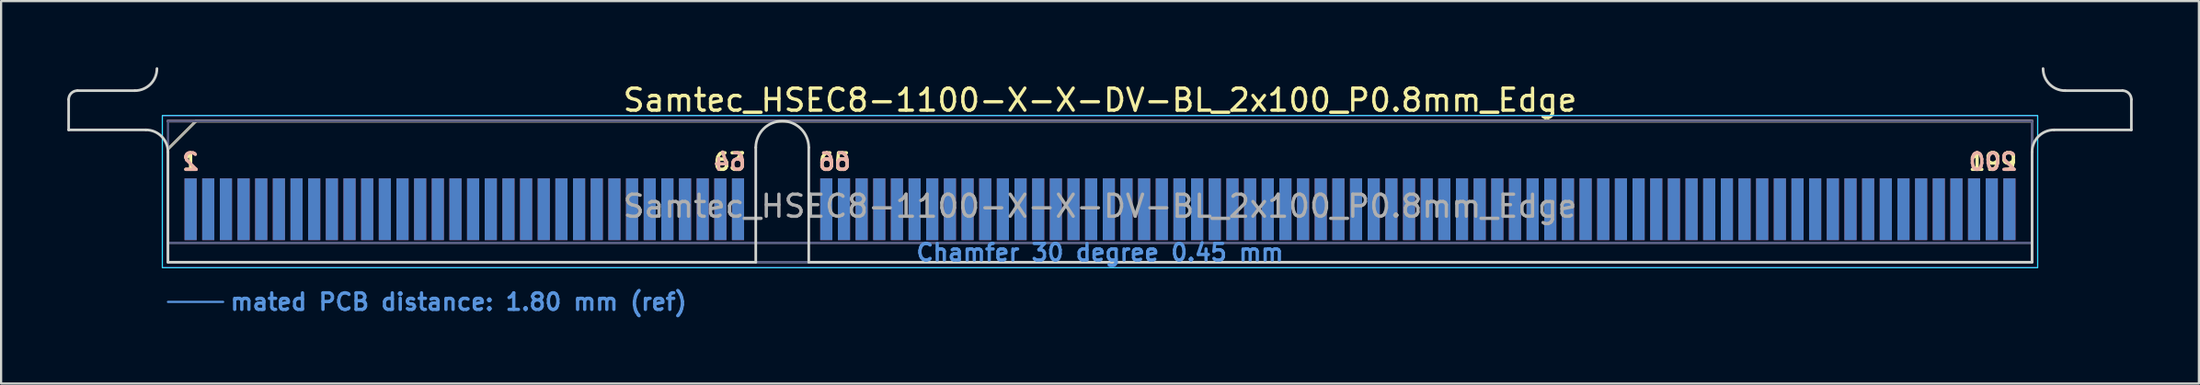
<source format=kicad_pcb>
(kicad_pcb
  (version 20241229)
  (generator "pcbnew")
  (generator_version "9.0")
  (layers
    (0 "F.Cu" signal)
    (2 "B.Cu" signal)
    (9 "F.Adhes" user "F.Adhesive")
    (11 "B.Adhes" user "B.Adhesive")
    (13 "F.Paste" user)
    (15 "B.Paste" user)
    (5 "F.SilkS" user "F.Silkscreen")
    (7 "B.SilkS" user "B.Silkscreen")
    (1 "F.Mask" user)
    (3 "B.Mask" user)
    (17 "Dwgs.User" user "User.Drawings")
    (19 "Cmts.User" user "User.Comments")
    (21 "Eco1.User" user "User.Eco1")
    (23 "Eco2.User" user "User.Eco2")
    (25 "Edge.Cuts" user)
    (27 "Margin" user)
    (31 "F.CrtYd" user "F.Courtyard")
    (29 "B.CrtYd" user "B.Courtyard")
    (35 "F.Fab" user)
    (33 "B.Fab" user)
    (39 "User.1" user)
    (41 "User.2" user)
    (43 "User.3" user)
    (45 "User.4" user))
  (footprint "Samtec_HSEC8-1100-X-X-DV-BL_2x100_P0.8mm_Edge"
    (layer "F.Cu")
    (at 46.785 8.84)
    (property "Reference" "Samtec_HSEC8-1100-X-X-DV-BL_2x100_P0.8mm_Edge" (at 0 -7.35 0) (layer "F.SilkS") (effects (font (size 1 1) (thickness 0.15))))
    (attr exclude_from_pos_files exclude_from_bom)
    (fp_line (start -42.225 -5.13) (end -40.955 -6.4) (stroke (width 0.12) (type solid)) (layer "F.SilkS"))
    (fp_line (start -40.955 -6.4) (end 42.225 -6.4) (stroke (width 0.12) (type solid)) (layer "F.SilkS"))
    (fp_line (start -42.225 -6.4) (end -42.225 -6.4) (stroke (width 0.12) (type solid)) (layer "B.SilkS"))
    (fp_line (start -42.225 -6.4) (end 42.225 -6.4) (stroke (width 0.12) (type solid)) (layer "B.SilkS"))
    (fp_line (start -42.225 1.8) (end -39.725 1.8) (stroke (width 0.1) (type solid)) (layer "Cmts.User"))
    (fp_line (start -46.725 -6) (end -46.725 -7.38) (stroke (width 0.12) (type solid)) (layer "Edge.Cuts"))
    (fp_line (start -46.325 -7.78) (end -43.725 -7.78) (stroke (width 0.12) (type solid)) (layer "Edge.Cuts"))
    (fp_line (start -43.225 -6) (end -46.725 -6) (stroke (width 0.12) (type solid)) (layer "Edge.Cuts"))
    (fp_line (start -42.225 -5) (end -42.225 0) (stroke (width 0.12) (type solid)) (layer "Edge.Cuts"))
    (fp_line (start -42.225 0) (end -15.595 0) (stroke (width 0.12) (type solid)) (layer "Edge.Cuts"))
    (fp_line (start -15.595 0) (end -15.595 -5.2) (stroke (width 0.12) (type solid)) (layer "Edge.Cuts"))
    (fp_line (start -13.195 -5.2) (end -13.195 0) (stroke (width 0.12) (type solid)) (layer "Edge.Cuts"))
    (fp_line (start -13.195 0) (end 42.225 0) (stroke (width 0.12) (type solid)) (layer "Edge.Cuts"))
    (fp_line (start 42.225 0) (end 42.225 -5) (stroke (width 0.12) (type solid)) (layer "Edge.Cuts"))
    (fp_line (start 43.225 -6) (end 46.725 -6) (stroke (width 0.12) (type solid)) (layer "Edge.Cuts"))
    (fp_line (start 46.325 -7.78) (end 43.725 -7.78) (stroke (width 0.12) (type solid)) (layer "Edge.Cuts"))
    (fp_line (start 46.725 -6) (end 46.725 -7.38) (stroke (width 0.12) (type solid)) (layer "Edge.Cuts"))
    (fp_arc (start -46.725 -7.38) (mid -46.607843 -7.662843) (end -46.325 -7.78) (stroke (width 0.12) (type solid)) (layer "Edge.Cuts"))
    (fp_arc (start -43.225 -6) (mid -42.517893 -5.707107) (end -42.225 -5) (stroke (width 0.12) (type solid)) (layer "Edge.Cuts"))
    (fp_arc (start -42.725 -8.78) (mid -43.017893 -8.072893) (end -43.725 -7.78) (stroke (width 0.12) (type solid)) (layer "Edge.Cuts"))
    (fp_arc (start -15.595 -5.2) (mid -14.395 -6.4) (end -13.195 -5.2) (stroke (width 0.12) (type solid)) (layer "Edge.Cuts"))
    (fp_arc (start 42.225 -5) (mid 42.517893 -5.707107) (end 43.225 -6) (stroke (width 0.12) (type solid)) (layer "Edge.Cuts"))
    (fp_arc (start 43.725 -7.78) (mid 43.017893 -8.072893) (end 42.725 -8.78) (stroke (width 0.12) (type solid)) (layer "Edge.Cuts"))
    (fp_arc (start 46.325 -7.78) (mid 46.607843 -7.662843) (end 46.725 -7.38) (stroke (width 0.12) (type solid)) (layer "Edge.Cuts"))
    (fp_rect (start -42.48 -6.65) (end 42.48 0.25) (stroke (width 0.05) (type solid)) (fill no) (layer "B.CrtYd"))
    (fp_rect (start -42.48 -6.65) (end 42.48 0.25) (stroke (width 0.05) (type solid)) (fill no) (layer "F.CrtYd"))
    (fp_line (start -42.225 -6.4) (end -42.225 -6.4) (stroke (width 0.1) (type solid)) (layer "B.Fab"))
    (fp_line (start -42.225 -6.4) (end -42.225 0) (stroke (width 0.1) (type solid)) (layer "B.Fab"))
    (fp_line (start -42.225 -6.4) (end 42.225 -6.4) (stroke (width 0.1) (type solid)) (layer "B.Fab"))
    (fp_line (start -42.225 -0.88) (end 42.225 -0.88) (stroke (width 0.1) (type solid)) (layer "B.Fab"))
    (fp_line (start -42.225 0) (end 42.225 0) (stroke (width 0.1) (type solid)) (layer "B.Fab"))
    (fp_line (start 42.225 -6.4) (end 42.225 0) (stroke (width 0.1) (type solid)) (layer "B.Fab"))
    (fp_line (start -42.225 -5.13) (end -42.225 0) (stroke (width 0.1) (type solid)) (layer "F.Fab"))
    (fp_line (start -42.225 -5.13) (end -40.955 -6.4) (stroke (width 0.1) (type solid)) (layer "F.Fab"))
    (fp_line (start -42.225 -0.88) (end 42.225 -0.88) (stroke (width 0.1) (type solid)) (layer "F.Fab"))
    (fp_line (start -42.225 0) (end 42.225 0) (stroke (width 0.1) (type solid)) (layer "F.Fab"))
    (fp_line (start -40.955 -6.4) (end 42.225 -6.4) (stroke (width 0.1) (type solid)) (layer "F.Fab"))
    (fp_line (start 42.225 -6.4) (end 42.225 0) (stroke (width 0.1) (type solid)) (layer "F.Fab"))
    (fp_text user "199" (at 40.45 -4.55 0) (layer "F.SilkS") (effects (font (size 0.75 0.75) (thickness 0.15))))
    (fp_text user "65" (at -12.025 -4.55 0) (layer "F.SilkS") (effects (font (size 0.75 0.75) (thickness 0.15))))
    (fp_text user "1" (at -41.2 -4.55 0) (layer "F.SilkS") (effects (font (size 0.75 0.75) (thickness 0.15))))
    (fp_text user "63" (at -16.775 -4.55 0) (layer "F.SilkS") (effects (font (size 0.75 0.75) (thickness 0.15))))
    (fp_text user "66" (at -12.025 -4.55 0) (layer "B.SilkS") (effects (font (size 0.75 0.75) (thickness 0.15)) (justify mirror)))
    (fp_text user "64" (at -16.775 -4.55 0) (layer "B.SilkS") (effects (font (size 0.75 0.75) (thickness 0.15)) (justify mirror)))
    (fp_text user "2" (at -41.2 -4.55 0) (layer "B.SilkS") (effects (font (size 0.75 0.75) (thickness 0.15)) (justify mirror)))
    (fp_text user "200" (at 40.45 -4.55 0) (layer "B.SilkS") (effects (font (size 0.75 0.75) (thickness 0.15)) (justify mirror)))
    (fp_text user "Chamfer 30 degree 0.45 mm" (at 0 -0.44 0) (layer "Cmts.User") (effects (font (size 0.75 0.75) (thickness 0.15))))
    (fp_text user "mated PCB distance: 1.80 mm (ref)" (at -39.48 1.8 0) (layer "Cmts.User") (effects (font (size 0.75 0.75) (thickness 0.15)) (justify left)))
    (fp_text user "${REFERENCE}" (at 0 -2.54 0) (layer "F.Fab") (effects (font (size 1 1) (thickness 0.15))))
    (pad "1" connect rect (at -41.2 -2.4) (size 0.55 2.8) (layers "F.Cu" "F.Mask"))
    (pad "2" connect rect (at -41.2 -2.4) (size 0.55 2.8) (layers "B.Cu" "B.Mask"))
    (pad "3" connect rect (at -40.4 -2.4) (size 0.55 2.8) (layers "F.Cu" "F.Mask"))
    (pad "4" connect rect (at -40.4 -2.4) (size 0.55 2.8) (layers "B.Cu" "B.Mask"))
    (pad "5" connect rect (at -39.6 -2.4) (size 0.55 2.8) (layers "F.Cu" "F.Mask"))
    (pad "6" connect rect (at -39.6 -2.4) (size 0.55 2.8) (layers "B.Cu" "B.Mask"))
    (pad "7" connect rect (at -38.8 -2.4) (size 0.55 2.8) (layers "F.Cu" "F.Mask"))
    (pad "8" connect rect (at -38.8 -2.4) (size 0.55 2.8) (layers "B.Cu" "B.Mask"))
    (pad "9" connect rect (at -38 -2.4) (size 0.55 2.8) (layers "F.Cu" "F.Mask"))
    (pad "10" connect rect (at -38 -2.4) (size 0.55 2.8) (layers "B.Cu" "B.Mask"))
    (pad "11" connect rect (at -37.2 -2.4) (size 0.55 2.8) (layers "F.Cu" "F.Mask"))
    (pad "12" connect rect (at -37.2 -2.4) (size 0.55 2.8) (layers "B.Cu" "B.Mask"))
    (pad "13" connect rect (at -36.4 -2.4) (size 0.55 2.8) (layers "F.Cu" "F.Mask"))
    (pad "14" connect rect (at -36.4 -2.4) (size 0.55 2.8) (layers "B.Cu" "B.Mask"))
    (pad "15" connect rect (at -35.6 -2.4) (size 0.55 2.8) (layers "F.Cu" "F.Mask"))
    (pad "16" connect rect (at -35.6 -2.4) (size 0.55 2.8) (layers "B.Cu" "B.Mask"))
    (pad "17" connect rect (at -34.8 -2.4) (size 0.55 2.8) (layers "F.Cu" "F.Mask"))
    (pad "18" connect rect (at -34.8 -2.4) (size 0.55 2.8) (layers "B.Cu" "B.Mask"))
    (pad "19" connect rect (at -34 -2.4) (size 0.55 2.8) (layers "F.Cu" "F.Mask"))
    (pad "20" connect rect (at -34 -2.4) (size 0.55 2.8) (layers "B.Cu" "B.Mask"))
    (pad "21" connect rect (at -33.2 -2.4) (size 0.55 2.8) (layers "F.Cu" "F.Mask"))
    (pad "22" connect rect (at -33.2 -2.4) (size 0.55 2.8) (layers "B.Cu" "B.Mask"))
    (pad "23" connect rect (at -32.4 -2.4) (size 0.55 2.8) (layers "F.Cu" "F.Mask"))
    (pad "24" connect rect (at -32.4 -2.4) (size 0.55 2.8) (layers "B.Cu" "B.Mask"))
    (pad "25" connect rect (at -31.6 -2.4) (size 0.55 2.8) (layers "F.Cu" "F.Mask"))
    (pad "26" connect rect (at -31.6 -2.4) (size 0.55 2.8) (layers "B.Cu" "B.Mask"))
    (pad "27" connect rect (at -30.8 -2.4) (size 0.55 2.8) (layers "F.Cu" "F.Mask"))
    (pad "28" connect rect (at -30.8 -2.4) (size 0.55 2.8) (layers "B.Cu" "B.Mask"))
    (pad "29" connect rect (at -30 -2.4) (size 0.55 2.8) (layers "F.Cu" "F.Mask"))
    (pad "30" connect rect (at -30 -2.4) (size 0.55 2.8) (layers "B.Cu" "B.Mask"))
    (pad "31" connect rect (at -29.2 -2.4) (size 0.55 2.8) (layers "F.Cu" "F.Mask"))
    (pad "32" connect rect (at -29.2 -2.4) (size 0.55 2.8) (layers "B.Cu" "B.Mask"))
    (pad "33" connect rect (at -28.4 -2.4) (size 0.55 2.8) (layers "F.Cu" "F.Mask"))
    (pad "34" connect rect (at -28.4 -2.4) (size 0.55 2.8) (layers "B.Cu" "B.Mask"))
    (pad "35" connect rect (at -27.6 -2.4) (size 0.55 2.8) (layers "F.Cu" "F.Mask"))
    (pad "36" connect rect (at -27.6 -2.4) (size 0.55 2.8) (layers "B.Cu" "B.Mask"))
    (pad "37" connect rect (at -26.8 -2.4) (size 0.55 2.8) (layers "F.Cu" "F.Mask"))
    (pad "38" connect rect (at -26.8 -2.4) (size 0.55 2.8) (layers "B.Cu" "B.Mask"))
    (pad "39" connect rect (at -26 -2.4) (size 0.55 2.8) (layers "F.Cu" "F.Mask"))
    (pad "40" connect rect (at -26 -2.4) (size 0.55 2.8) (layers "B.Cu" "B.Mask"))
    (pad "41" connect rect (at -25.2 -2.4) (size 0.55 2.8) (layers "F.Cu" "F.Mask"))
    (pad "42" connect rect (at -25.2 -2.4) (size 0.55 2.8) (layers "B.Cu" "B.Mask"))
    (pad "43" connect rect (at -24.4 -2.4) (size 0.55 2.8) (layers "F.Cu" "F.Mask"))
    (pad "44" connect rect (at -24.4 -2.4) (size 0.55 2.8) (layers "B.Cu" "B.Mask"))
    (pad "45" connect rect (at -23.6 -2.4) (size 0.55 2.8) (layers "F.Cu" "F.Mask"))
    (pad "46" connect rect (at -23.6 -2.4) (size 0.55 2.8) (layers "B.Cu" "B.Mask"))
    (pad "47" connect rect (at -22.8 -2.4) (size 0.55 2.8) (layers "F.Cu" "F.Mask"))
    (pad "48" connect rect (at -22.8 -2.4) (size 0.55 2.8) (layers "B.Cu" "B.Mask"))
    (pad "49" connect rect (at -22 -2.4) (size 0.55 2.8) (layers "F.Cu" "F.Mask"))
    (pad "50" connect rect (at -22 -2.4) (size 0.55 2.8) (layers "B.Cu" "B.Mask"))
    (pad "51" connect rect (at -21.2 -2.4) (size 0.55 2.8) (layers "F.Cu" "F.Mask"))
    (pad "52" connect rect (at -21.2 -2.4) (size 0.55 2.8) (layers "B.Cu" "B.Mask"))
    (pad "53" connect rect (at -20.4 -2.4) (size 0.55 2.8) (layers "F.Cu" "F.Mask"))
    (pad "54" connect rect (at -20.4 -2.4) (size 0.55 2.8) (layers "B.Cu" "B.Mask"))
    (pad "55" connect rect (at -19.6 -2.4) (size 0.55 2.8) (layers "F.Cu" "F.Mask"))
    (pad "56" connect rect (at -19.6 -2.4) (size 0.55 2.8) (layers "B.Cu" "B.Mask"))
    (pad "57" connect rect (at -18.8 -2.4) (size 0.55 2.8) (layers "F.Cu" "F.Mask"))
    (pad "58" connect rect (at -18.8 -2.4) (size 0.55 2.8) (layers "B.Cu" "B.Mask"))
    (pad "59" connect rect (at -18 -2.4) (size 0.55 2.8) (layers "F.Cu" "F.Mask"))
    (pad "60" connect rect (at -18 -2.4) (size 0.55 2.8) (layers "B.Cu" "B.Mask"))
    (pad "61" connect rect (at -17.2 -2.4) (size 0.55 2.8) (layers "F.Cu" "F.Mask"))
    (pad "62" connect rect (at -17.2 -2.4) (size 0.55 2.8) (layers "B.Cu" "B.Mask"))
    (pad "63" connect rect (at -16.4 -2.4) (size 0.55 2.8) (layers "F.Cu" "F.Mask"))
    (pad "64" connect rect (at -16.4 -2.4) (size 0.55 2.8) (layers "B.Cu" "B.Mask"))
    (pad "65" connect rect (at -12.4 -2.4) (size 0.55 2.8) (layers "F.Cu" "F.Mask"))
    (pad "66" connect rect (at -12.4 -2.4) (size 0.55 2.8) (layers "B.Cu" "B.Mask"))
    (pad "67" connect rect (at -11.6 -2.4) (size 0.55 2.8) (layers "F.Cu" "F.Mask"))
    (pad "68" connect rect (at -11.6 -2.4) (size 0.55 2.8) (layers "B.Cu" "B.Mask"))
    (pad "69" connect rect (at -10.8 -2.4) (size 0.55 2.8) (layers "F.Cu" "F.Mask"))
    (pad "70" connect rect (at -10.8 -2.4) (size 0.55 2.8) (layers "B.Cu" "B.Mask"))
    (pad "71" connect rect (at -10 -2.4) (size 0.55 2.8) (layers "F.Cu" "F.Mask"))
    (pad "72" connect rect (at -10 -2.4) (size 0.55 2.8) (layers "B.Cu" "B.Mask"))
    (pad "73" connect rect (at -9.2 -2.4) (size 0.55 2.8) (layers "F.Cu" "F.Mask"))
    (pad "74" connect rect (at -9.2 -2.4) (size 0.55 2.8) (layers "B.Cu" "B.Mask"))
    (pad "75" connect rect (at -8.4 -2.4) (size 0.55 2.8) (layers "F.Cu" "F.Mask"))
    (pad "76" connect rect (at -8.4 -2.4) (size 0.55 2.8) (layers "B.Cu" "B.Mask"))
    (pad "77" connect rect (at -7.6 -2.4) (size 0.55 2.8) (layers "F.Cu" "F.Mask"))
    (pad "78" connect rect (at -7.6 -2.4) (size 0.55 2.8) (layers "B.Cu" "B.Mask"))
    (pad "79" connect rect (at -6.8 -2.4) (size 0.55 2.8) (layers "F.Cu" "F.Mask"))
    (pad "80" connect rect (at -6.8 -2.4) (size 0.55 2.8) (layers "B.Cu" "B.Mask"))
    (pad "81" connect rect (at -6 -2.4) (size 0.55 2.8) (layers "F.Cu" "F.Mask"))
    (pad "82" connect rect (at -6 -2.4) (size 0.55 2.8) (layers "B.Cu" "B.Mask"))
    (pad "83" connect rect (at -5.2 -2.4) (size 0.55 2.8) (layers "F.Cu" "F.Mask"))
    (pad "84" connect rect (at -5.2 -2.4) (size 0.55 2.8) (layers "B.Cu" "B.Mask"))
    (pad "85" connect rect (at -4.4 -2.4) (size 0.55 2.8) (layers "F.Cu" "F.Mask"))
    (pad "86" connect rect (at -4.4 -2.4) (size 0.55 2.8) (layers "B.Cu" "B.Mask"))
    (pad "87" connect rect (at -3.6 -2.4) (size 0.55 2.8) (layers "F.Cu" "F.Mask"))
    (pad "88" connect rect (at -3.6 -2.4) (size 0.55 2.8) (layers "B.Cu" "B.Mask"))
    (pad "89" connect rect (at -2.8 -2.4) (size 0.55 2.8) (layers "F.Cu" "F.Mask"))
    (pad "90" connect rect (at -2.8 -2.4) (size 0.55 2.8) (layers "B.Cu" "B.Mask"))
    (pad "91" connect rect (at -2 -2.4) (size 0.55 2.8) (layers "F.Cu" "F.Mask"))
    (pad "92" connect rect (at -2 -2.4) (size 0.55 2.8) (layers "B.Cu" "B.Mask"))
    (pad "93" connect rect (at -1.2 -2.4) (size 0.55 2.8) (layers "F.Cu" "F.Mask"))
    (pad "94" connect rect (at -1.2 -2.4) (size 0.55 2.8) (layers "B.Cu" "B.Mask"))
    (pad "95" connect rect (at -0.4 -2.4) (size 0.55 2.8) (layers "F.Cu" "F.Mask"))
    (pad "96" connect rect (at -0.4 -2.4) (size 0.55 2.8) (layers "B.Cu" "B.Mask"))
    (pad "97" connect rect (at 0.4 -2.4) (size 0.55 2.8) (layers "F.Cu" "F.Mask"))
    (pad "98" connect rect (at 0.4 -2.4) (size 0.55 2.8) (layers "B.Cu" "B.Mask"))
    (pad "99" connect rect (at 1.2 -2.4) (size 0.55 2.8) (layers "F.Cu" "F.Mask"))
    (pad "100" connect rect (at 1.2 -2.4) (size 0.55 2.8) (layers "B.Cu" "B.Mask"))
    (pad "101" connect rect (at 2 -2.4) (size 0.55 2.8) (layers "F.Cu" "F.Mask"))
    (pad "102" connect rect (at 2 -2.4) (size 0.55 2.8) (layers "B.Cu" "B.Mask"))
    (pad "103" connect rect (at 2.8 -2.4) (size 0.55 2.8) (layers "F.Cu" "F.Mask"))
    (pad "104" connect rect (at 2.8 -2.4) (size 0.55 2.8) (layers "B.Cu" "B.Mask"))
    (pad "105" connect rect (at 3.6 -2.4) (size 0.55 2.8) (layers "F.Cu" "F.Mask"))
    (pad "106" connect rect (at 3.6 -2.4) (size 0.55 2.8) (layers "B.Cu" "B.Mask"))
    (pad "107" connect rect (at 4.4 -2.4) (size 0.55 2.8) (layers "F.Cu" "F.Mask"))
    (pad "108" connect rect (at 4.4 -2.4) (size 0.55 2.8) (layers "B.Cu" "B.Mask"))
    (pad "109" connect rect (at 5.2 -2.4) (size 0.55 2.8) (layers "F.Cu" "F.Mask"))
    (pad "110" connect rect (at 5.2 -2.4) (size 0.55 2.8) (layers "B.Cu" "B.Mask"))
    (pad "111" connect rect (at 6 -2.4) (size 0.55 2.8) (layers "F.Cu" "F.Mask"))
    (pad "112" connect rect (at 6 -2.4) (size 0.55 2.8) (layers "B.Cu" "B.Mask"))
    (pad "113" connect rect (at 6.8 -2.4) (size 0.55 2.8) (layers "F.Cu" "F.Mask"))
    (pad "114" connect rect (at 6.8 -2.4) (size 0.55 2.8) (layers "B.Cu" "B.Mask"))
    (pad "115" connect rect (at 7.6 -2.4) (size 0.55 2.8) (layers "F.Cu" "F.Mask"))
    (pad "116" connect rect (at 7.6 -2.4) (size 0.55 2.8) (layers "B.Cu" "B.Mask"))
    (pad "117" connect rect (at 8.4 -2.4) (size 0.55 2.8) (layers "F.Cu" "F.Mask"))
    (pad "118" connect rect (at 8.4 -2.4) (size 0.55 2.8) (layers "B.Cu" "B.Mask"))
    (pad "119" connect rect (at 9.2 -2.4) (size 0.55 2.8) (layers "F.Cu" "F.Mask"))
    (pad "120" connect rect (at 9.2 -2.4) (size 0.55 2.8) (layers "B.Cu" "B.Mask"))
    (pad "121" connect rect (at 10 -2.4) (size 0.55 2.8) (layers "F.Cu" "F.Mask"))
    (pad "122" connect rect (at 10 -2.4) (size 0.55 2.8) (layers "B.Cu" "B.Mask"))
    (pad "123" connect rect (at 10.8 -2.4) (size 0.55 2.8) (layers "F.Cu" "F.Mask"))
    (pad "124" connect rect (at 10.8 -2.4) (size 0.55 2.8) (layers "B.Cu" "B.Mask"))
    (pad "125" connect rect (at 11.6 -2.4) (size 0.55 2.8) (layers "F.Cu" "F.Mask"))
    (pad "126" connect rect (at 11.6 -2.4) (size 0.55 2.8) (layers "B.Cu" "B.Mask"))
    (pad "127" connect rect (at 12.4 -2.4) (size 0.55 2.8) (layers "F.Cu" "F.Mask"))
    (pad "128" connect rect (at 12.4 -2.4) (size 0.55 2.8) (layers "B.Cu" "B.Mask"))
    (pad "129" connect rect (at 13.2 -2.4) (size 0.55 2.8) (layers "F.Cu" "F.Mask"))
    (pad "130" connect rect (at 13.2 -2.4) (size 0.55 2.8) (layers "B.Cu" "B.Mask"))
    (pad "131" connect rect (at 14 -2.4) (size 0.55 2.8) (layers "F.Cu" "F.Mask"))
    (pad "132" connect rect (at 14 -2.4) (size 0.55 2.8) (layers "B.Cu" "B.Mask"))
    (pad "133" connect rect (at 14.8 -2.4) (size 0.55 2.8) (layers "F.Cu" "F.Mask"))
    (pad "134" connect rect (at 14.8 -2.4) (size 0.55 2.8) (layers "B.Cu" "B.Mask"))
    (pad "135" connect rect (at 15.6 -2.4) (size 0.55 2.8) (layers "F.Cu" "F.Mask"))
    (pad "136" connect rect (at 15.6 -2.4) (size 0.55 2.8) (layers "B.Cu" "B.Mask"))
    (pad "137" connect rect (at 16.4 -2.4) (size 0.55 2.8) (layers "F.Cu" "F.Mask"))
    (pad "138" connect rect (at 16.4 -2.4) (size 0.55 2.8) (layers "B.Cu" "B.Mask"))
    (pad "139" connect rect (at 17.2 -2.4) (size 0.55 2.8) (layers "F.Cu" "F.Mask"))
    (pad "140" connect rect (at 17.2 -2.4) (size 0.55 2.8) (layers "B.Cu" "B.Mask"))
    (pad "141" connect rect (at 18 -2.4) (size 0.55 2.8) (layers "F.Cu" "F.Mask"))
    (pad "142" connect rect (at 18 -2.4) (size 0.55 2.8) (layers "B.Cu" "B.Mask"))
    (pad "143" connect rect (at 18.8 -2.4) (size 0.55 2.8) (layers "F.Cu" "F.Mask"))
    (pad "144" connect rect (at 18.8 -2.4) (size 0.55 2.8) (layers "B.Cu" "B.Mask"))
    (pad "145" connect rect (at 19.6 -2.4) (size 0.55 2.8) (layers "F.Cu" "F.Mask"))
    (pad "146" connect rect (at 19.6 -2.4) (size 0.55 2.8) (layers "B.Cu" "B.Mask"))
    (pad "147" connect rect (at 20.4 -2.4) (size 0.55 2.8) (layers "F.Cu" "F.Mask"))
    (pad "148" connect rect (at 20.4 -2.4) (size 0.55 2.8) (layers "B.Cu" "B.Mask"))
    (pad "149" connect rect (at 21.2 -2.4) (size 0.55 2.8) (layers "F.Cu" "F.Mask"))
    (pad "150" connect rect (at 21.2 -2.4) (size 0.55 2.8) (layers "B.Cu" "B.Mask"))
    (pad "151" connect rect (at 22 -2.4) (size 0.55 2.8) (layers "F.Cu" "F.Mask"))
    (pad "152" connect rect (at 22 -2.4) (size 0.55 2.8) (layers "B.Cu" "B.Mask"))
    (pad "153" connect rect (at 22.8 -2.4) (size 0.55 2.8) (layers "F.Cu" "F.Mask"))
    (pad "154" connect rect (at 22.8 -2.4) (size 0.55 2.8) (layers "B.Cu" "B.Mask"))
    (pad "155" connect rect (at 23.6 -2.4) (size 0.55 2.8) (layers "F.Cu" "F.Mask"))
    (pad "156" connect rect (at 23.6 -2.4) (size 0.55 2.8) (layers "B.Cu" "B.Mask"))
    (pad "157" connect rect (at 24.4 -2.4) (size 0.55 2.8) (layers "F.Cu" "F.Mask"))
    (pad "158" connect rect (at 24.4 -2.4) (size 0.55 2.8) (layers "B.Cu" "B.Mask"))
    (pad "159" connect rect (at 25.2 -2.4) (size 0.55 2.8) (layers "F.Cu" "F.Mask"))
    (pad "160" connect rect (at 25.2 -2.4) (size 0.55 2.8) (layers "B.Cu" "B.Mask"))
    (pad "161" connect rect (at 26 -2.4) (size 0.55 2.8) (layers "F.Cu" "F.Mask"))
    (pad "162" connect rect (at 26 -2.4) (size 0.55 2.8) (layers "B.Cu" "B.Mask"))
    (pad "163" connect rect (at 26.8 -2.4) (size 0.55 2.8) (layers "F.Cu" "F.Mask"))
    (pad "164" connect rect (at 26.8 -2.4) (size 0.55 2.8) (layers "B.Cu" "B.Mask"))
    (pad "165" connect rect (at 27.6 -2.4) (size 0.55 2.8) (layers "F.Cu" "F.Mask"))
    (pad "166" connect rect (at 27.6 -2.4) (size 0.55 2.8) (layers "B.Cu" "B.Mask"))
    (pad "167" connect rect (at 28.4 -2.4) (size 0.55 2.8) (layers "F.Cu" "F.Mask"))
    (pad "168" connect rect (at 28.4 -2.4) (size 0.55 2.8) (layers "B.Cu" "B.Mask"))
    (pad "169" connect rect (at 29.2 -2.4) (size 0.55 2.8) (layers "F.Cu" "F.Mask"))
    (pad "170" connect rect (at 29.2 -2.4) (size 0.55 2.8) (layers "B.Cu" "B.Mask"))
    (pad "171" connect rect (at 30 -2.4) (size 0.55 2.8) (layers "F.Cu" "F.Mask"))
    (pad "172" connect rect (at 30 -2.4) (size 0.55 2.8) (layers "B.Cu" "B.Mask"))
    (pad "173" connect rect (at 30.8 -2.4) (size 0.55 2.8) (layers "F.Cu" "F.Mask"))
    (pad "174" connect rect (at 30.8 -2.4) (size 0.55 2.8) (layers "B.Cu" "B.Mask"))
    (pad "175" connect rect (at 31.6 -2.4) (size 0.55 2.8) (layers "F.Cu" "F.Mask"))
    (pad "176" connect rect (at 31.6 -2.4) (size 0.55 2.8) (layers "B.Cu" "B.Mask"))
    (pad "177" connect rect (at 32.4 -2.4) (size 0.55 2.8) (layers "F.Cu" "F.Mask"))
    (pad "178" connect rect (at 32.4 -2.4) (size 0.55 2.8) (layers "B.Cu" "B.Mask"))
    (pad "179" connect rect (at 33.2 -2.4) (size 0.55 2.8) (layers "F.Cu" "F.Mask"))
    (pad "180" connect rect (at 33.2 -2.4) (size 0.55 2.8) (layers "B.Cu" "B.Mask"))
    (pad "181" connect rect (at 34 -2.4) (size 0.55 2.8) (layers "F.Cu" "F.Mask"))
    (pad "182" connect rect (at 34 -2.4) (size 0.55 2.8) (layers "B.Cu" "B.Mask"))
    (pad "183" connect rect (at 34.8 -2.4) (size 0.55 2.8) (layers "F.Cu" "F.Mask"))
    (pad "184" connect rect (at 34.8 -2.4) (size 0.55 2.8) (layers "B.Cu" "B.Mask"))
    (pad "185" connect rect (at 35.6 -2.4) (size 0.55 2.8) (layers "F.Cu" "F.Mask"))
    (pad "186" connect rect (at 35.6 -2.4) (size 0.55 2.8) (layers "B.Cu" "B.Mask"))
    (pad "187" connect rect (at 36.4 -2.4) (size 0.55 2.8) (layers "F.Cu" "F.Mask"))
    (pad "188" connect rect (at 36.4 -2.4) (size 0.55 2.8) (layers "B.Cu" "B.Mask"))
    (pad "189" connect rect (at 37.2 -2.4) (size 0.55 2.8) (layers "F.Cu" "F.Mask"))
    (pad "190" connect rect (at 37.2 -2.4) (size 0.55 2.8) (layers "B.Cu" "B.Mask"))
    (pad "191" connect rect (at 38 -2.4) (size 0.55 2.8) (layers "F.Cu" "F.Mask"))
    (pad "192" connect rect (at 38 -2.4) (size 0.55 2.8) (layers "B.Cu" "B.Mask"))
    (pad "193" connect rect (at 38.8 -2.4) (size 0.55 2.8) (layers "F.Cu" "F.Mask"))
    (pad "194" connect rect (at 38.8 -2.4) (size 0.55 2.8) (layers "B.Cu" "B.Mask"))
    (pad "195" connect rect (at 39.6 -2.4) (size 0.55 2.8) (layers "F.Cu" "F.Mask"))
    (pad "196" connect rect (at 39.6 -2.4) (size 0.55 2.8) (layers "B.Cu" "B.Mask"))
    (pad "197" connect rect (at 40.4 -2.4) (size 0.55 2.8) (layers "F.Cu" "F.Mask"))
    (pad "198" connect rect (at 40.4 -2.4) (size 0.55 2.8) (layers "B.Cu" "B.Mask"))
    (pad "199" connect rect (at 41.2 -2.4) (size 0.55 2.8) (layers "F.Cu" "F.Mask"))
    (pad "200" connect rect (at 41.2 -2.4) (size 0.55 2.8) (layers "B.Cu" "B.Mask")))
  (gr_rect
    (start -3 -3)
    (end 96.57 14.342)
    (stroke (width 0.1) (type default))
    (fill no)
    (layer "Edge.Cuts")))
</source>
